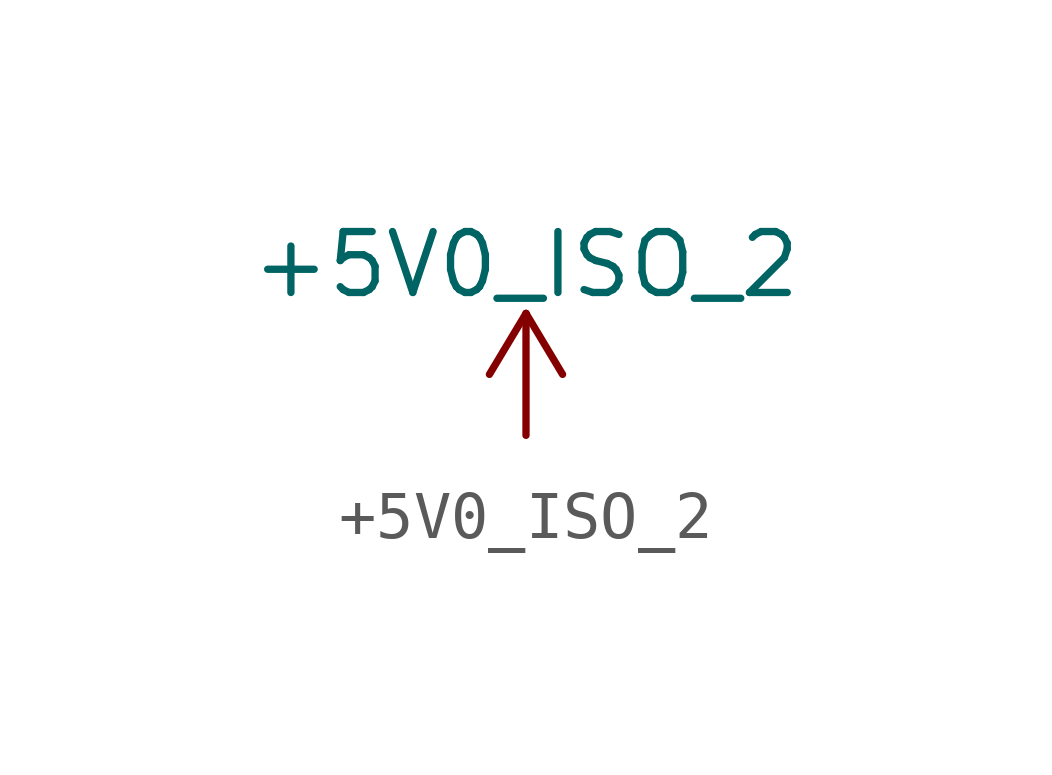
<source format=kicad_sym>
(kicad_symbol_lib
  (version 20220914)
  (generator kicad_symbol_editor)
  (symbol "+5V0_ISO_2"
    (power)
    (pin_names
      (offset 0))
    (property "Reference" "#PWR"
      (at 0 -3.81 0)
      (effects (font (size 1.27 1.27)) hide))
    (property "Value" "+5V0_ISO_2"
      (at 0 3.556 0)
      (effects (font (size 1.27 1.27))))
    (symbol "+5V0_ISO_2_0_1"
      (polyline (pts (xy -0.762 1.27) (xy 0 2.54)) (stroke (width 0) (type default)) (fill (type none)))
      (polyline (pts (xy 0 0) (xy 0 2.54)) (stroke (width 0) (type default)) (fill (type none)))
      (polyline (pts (xy 0 2.54) (xy 0.762 1.27)) (stroke (width 0) (type default)) (fill (type none))))
    (symbol "+5V0_ISO_2_1_1"
      (pin power_in line (at 0 0 0) (length 0) hide (name "+5V5_ISO_2" (effects (font (size 1.27 1.27)))) (number "1" (effects (font (size 1.27 1.27))))))))
</source>
